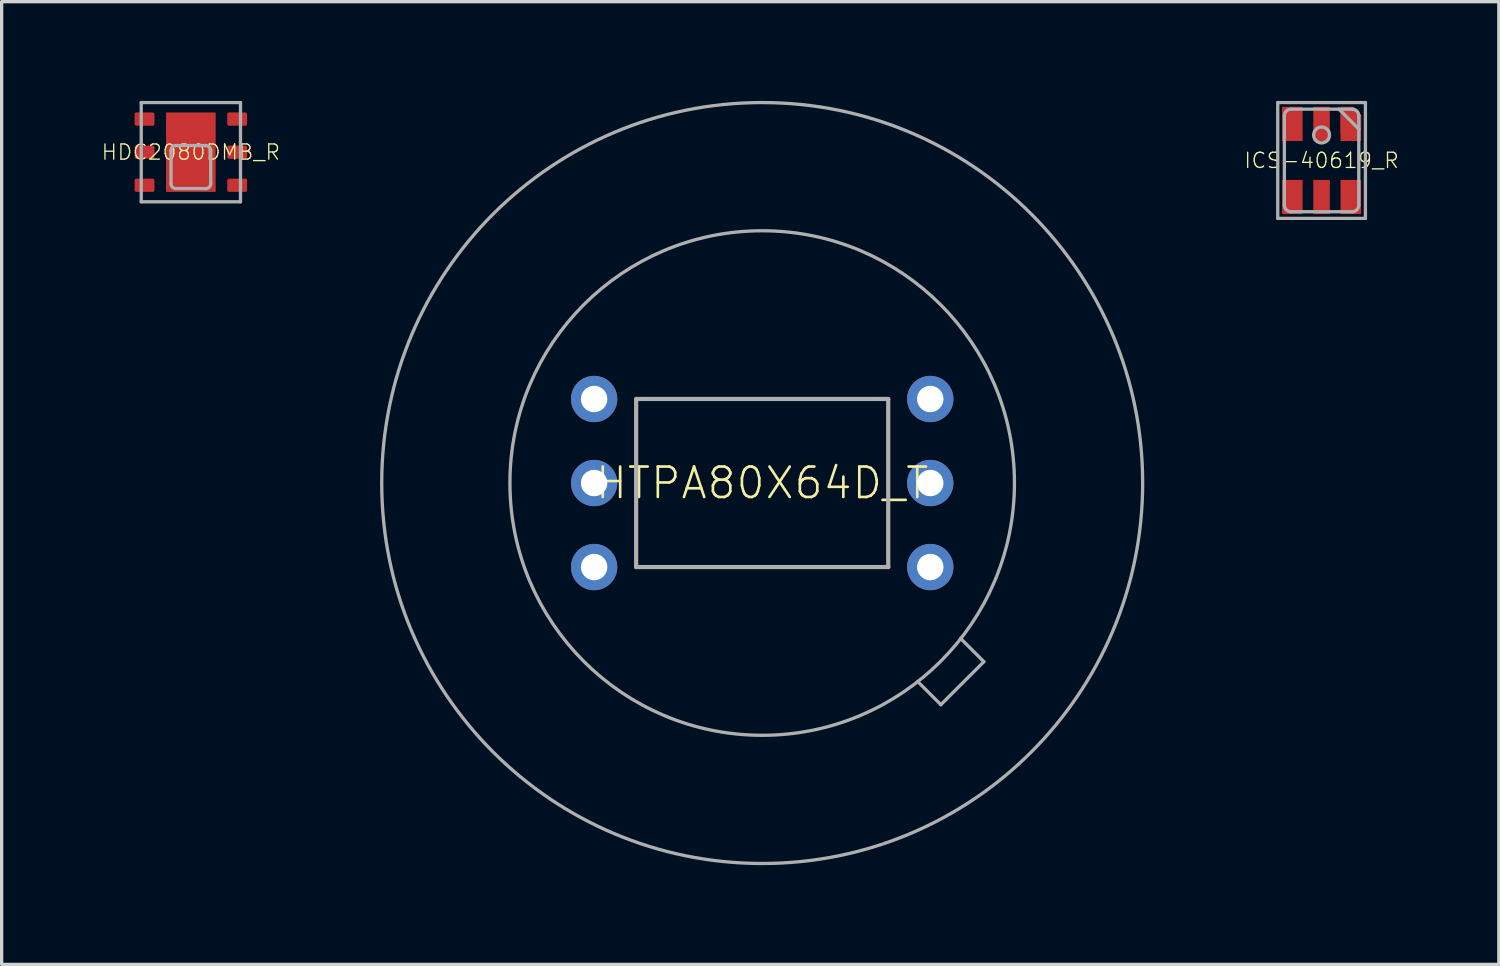
<source format=kicad_pcb>
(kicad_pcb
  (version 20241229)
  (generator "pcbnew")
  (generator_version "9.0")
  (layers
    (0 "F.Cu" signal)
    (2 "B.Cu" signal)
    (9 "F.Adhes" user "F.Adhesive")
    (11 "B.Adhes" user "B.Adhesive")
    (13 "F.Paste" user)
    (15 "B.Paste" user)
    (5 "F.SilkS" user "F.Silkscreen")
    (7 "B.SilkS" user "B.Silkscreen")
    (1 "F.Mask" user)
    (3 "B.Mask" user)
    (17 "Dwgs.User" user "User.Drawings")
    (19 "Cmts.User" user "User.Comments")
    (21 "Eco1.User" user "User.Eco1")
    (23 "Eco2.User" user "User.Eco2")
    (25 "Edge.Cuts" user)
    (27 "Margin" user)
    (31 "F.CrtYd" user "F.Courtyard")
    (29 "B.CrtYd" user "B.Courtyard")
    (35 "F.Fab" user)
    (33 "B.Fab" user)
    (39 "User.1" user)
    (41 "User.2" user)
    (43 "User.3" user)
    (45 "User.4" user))
  (footprint "ICS-40619_R"
    (layer "F.Cu")
    (at 36.896 1.8)
    (property "Reference" "ICS-40619_R" (at 0 0 0) (unlocked yes) (layer "F.SilkS") (effects (font (size 0.46 0.46) (thickness 0.04))))
    (fp_poly (pts (xy 1.195 -1.381) (xy 1.195 -0.589) (xy 0.573 -0.589) (xy 0.573 -1.621) (xy 0.955 -1.621)) (stroke (width 0) (type default)) (fill yes) (layer "F.Cu"))
    (fp_poly (pts (xy -1.245 -0.539) (xy -0.523 -0.539) (xy -0.523 -1.671) (xy -1.245 -1.671)) (stroke (width 0) (type default)) (fill yes) (layer "F.Mask"))
    (fp_poly (pts (xy -1.245 1.671) (xy -0.523 1.671) (xy -0.523 0.539) (xy -1.245 0.539)) (stroke (width 0) (type default)) (fill yes) (layer "F.Mask"))
    (fp_poly (pts (xy -0.3 -0.539) (xy 0.3 -0.539) (xy 0.3 -1.671) (xy -0.3 -1.671)) (stroke (width 0) (type default)) (fill yes) (layer "F.Mask"))
    (fp_poly (pts (xy -0.3 1.671) (xy 0.3 1.671) (xy 0.3 0.539) (xy -0.3 0.539)) (stroke (width 0) (type default)) (fill yes) (layer "F.Mask"))
    (fp_poly (pts (xy 0.523 1.671) (xy 1.245 1.671) (xy 1.245 0.539) (xy 0.523 0.539)) (stroke (width 0) (type default)) (fill yes) (layer "F.Mask"))
    (fp_poly (pts (xy 1.245 -1.402) (xy 1.245 -0.539) (xy 0.523 -0.539) (xy 0.523 -1.671) (xy 0.976 -1.671)) (stroke (width 0) (type default)) (fill yes) (layer "F.Mask"))
    (fp_poly (pts (xy -1.145 -0.639) (xy -0.623 -0.639) (xy -0.623 -1.571) (xy -1.145 -1.571)) (stroke (width 0) (type default)) (fill yes) (layer "F.Paste"))
    (fp_poly (pts (xy -1.145 1.571) (xy -0.623 1.571) (xy -0.623 0.639) (xy -1.145 0.639)) (stroke (width 0) (type default)) (fill yes) (layer "F.Paste"))
    (fp_poly (pts (xy -0.2 -0.635) (xy 0.2 -0.635) (xy 0.2 -1.567) (xy -0.2 -1.567)) (stroke (width 0) (type default)) (fill yes) (layer "F.Paste"))
    (fp_poly (pts (xy -0.2 1.571) (xy 0.2 1.571) (xy 0.2 0.639) (xy -0.2 0.639)) (stroke (width 0) (type default)) (fill yes) (layer "F.Paste"))
    (fp_poly (pts (xy 0.623 1.571) (xy 1.145 1.571) (xy 1.145 0.639) (xy 0.623 0.639)) (stroke (width 0) (type default)) (fill yes) (layer "F.Paste"))
    (fp_poly (pts (xy 1.145 -1.36) (xy 1.145 -0.639) (xy 0.623 -0.639) (xy 0.623 -1.571) (xy 0.934 -1.571)) (stroke (width 0) (type default)) (fill yes) (layer "F.Paste"))
    (fp_line (start -1.325 -1.75) (end -1.325 1.75) (stroke (width 0.1) (type solid)) (layer "F.Fab"))
    (fp_line (start -1.325 1.75) (end 1.325 1.75) (stroke (width 0.1) (type solid)) (layer "F.Fab"))
    (fp_line (start -1.125 1.35) (end -1.125 -1.35) (stroke (width 0.1) (type solid)) (layer "F.Fab"))
    (fp_line (start -0.925 1.55) (end 0.925 1.55) (stroke (width 0.1) (type solid)) (layer "F.Fab"))
    (fp_line (start 0.525 -1.55) (end -0.925 -1.55) (stroke (width 0.1) (type solid)) (layer "F.Fab"))
    (fp_line (start 0.525 -1.55) (end 1.125 -0.95) (stroke (width 0.1) (type solid)) (layer "F.Fab"))
    (fp_line (start 0.925 -1.55) (end 0.525 -1.55) (stroke (width 0.1) (type solid)) (layer "F.Fab"))
    (fp_line (start 1.125 -0.95) (end 1.125 -1.35) (stroke (width 0.1) (type solid)) (layer "F.Fab"))
    (fp_line (start 1.125 1.35) (end 1.125 -0.95) (stroke (width 0.1) (type solid)) (layer "F.Fab"))
    (fp_line (start 1.325 -1.75) (end -1.325 -1.75) (stroke (width 0.1) (type solid)) (layer "F.Fab"))
    (fp_line (start 1.325 1.75) (end 1.325 -1.75) (stroke (width 0.1) (type solid)) (layer "F.Fab"))
    (fp_arc (start -1.125 -1.35) (mid -1.066421 -1.491421) (end -0.925 -1.55) (stroke (width 0.1) (type solid)) (layer "F.Fab"))
    (fp_arc (start -0.925 1.55) (mid -1.066421 1.491421) (end -1.125 1.35) (stroke (width 0.1) (type solid)) (layer "F.Fab"))
    (fp_arc (start 0.925 -1.55) (mid 1.066421 -1.491421) (end 1.125 -1.35) (stroke (width 0.1) (type solid)) (layer "F.Fab"))
    (fp_arc (start 1.125 1.35) (mid 1.066421 1.491421) (end 0.925 1.55) (stroke (width 0.1) (type solid)) (layer "F.Fab"))
    (fp_circle (center 0 -0.77) (end 0.24 -0.77) (stroke (width 0.1) (type solid)) (fill no) (layer "F.Fab"))
    (pad "1" smd rect (at 0.884 -1.105 180) (size 0.622 0.552) (layers "F.Cu"))
    (pad "2" smd rect (at 0 -1.105 180) (size 0.5 1.032) (layers "F.Cu"))
    (pad "3" smd rect (at -0.884 -1.105 180) (size 0.622 1.032) (layers "F.Cu"))
    (pad "4" smd rect (at -0.884 1.105 180) (size 0.622 1.032) (layers "F.Cu"))
    (pad "5" smd rect (at 0 1.105 180) (size 0.5 1.032) (layers "F.Cu"))
    (pad "6" smd rect (at 0.884 1.105 180) (size 0.622 1.032) (layers "F.Cu")))
  (footprint "HTPA80X64D_T"
    (layer "F.Cu")
    (at 19.988 11.55)
    (property "Reference" "HTPA80X64D_T" (at 0 0 0) (unlocked yes) (layer "F.SilkS") (effects (font (size 0.92 0.92) (thickness 0.08))))
    (fp_line (start -3.81 -2.54) (end -3.81 2.54) (stroke (width 0.127) (type solid)) (layer "F.Fab"))
    (fp_line (start -3.81 2.54) (end 3.81 2.54) (stroke (width 0.127) (type solid)) (layer "F.Fab"))
    (fp_line (start 3.81 -2.54) (end -3.81 -2.54) (stroke (width 0.127) (type solid)) (layer "F.Fab"))
    (fp_line (start 3.81 2.54) (end 3.81 -2.54) (stroke (width 0.127) (type solid)) (layer "F.Fab"))
    (fp_line (start 4.7 6) (end 5.4 6.7) (stroke (width 0.1) (type solid)) (layer "F.Fab"))
    (fp_line (start 6 4.7) (end 6.7 5.4) (stroke (width 0.1) (type solid)) (layer "F.Fab"))
    (fp_line (start 6.7 5.4) (end 5.4 6.7) (stroke (width 0.1) (type solid)) (layer "F.Fab"))
    (fp_circle (center 0 0) (end 7.625 0) (stroke (width 0.1) (type solid)) (fill no) (layer "F.Fab"))
    (fp_circle (center 0 0) (end 11.5 0) (stroke (width 0.1) (type solid)) (fill no) (layer "F.Fab"))
    (pad "1" thru_hole circle (at -5.08 -2.54) (size 1.4 1.4) (drill 0.8) (layers "*.Cu" "*.Mask"))
    (pad "2" thru_hole circle (at -5.08 0) (size 1.4 1.4) (drill 0.8) (layers "*.Cu" "*.Mask"))
    (pad "3" thru_hole circle (at -5.08 2.54) (size 1.4 1.4) (drill 0.8) (layers "*.Cu" "*.Mask"))
    (pad "4" thru_hole circle (at 5.08 2.54) (size 1.4 1.4) (drill 0.8) (layers "*.Cu" "*.Mask"))
    (pad "5" thru_hole circle (at 5.08 0) (size 1.4 1.4) (drill 0.8) (layers "*.Cu" "*.Mask"))
    (pad "6" thru_hole circle (at 5.08 -2.54) (size 1.4 1.4) (drill 0.8) (layers "*.Cu" "*.Mask")))
  (footprint "HDC2080DMB_R"
    (layer "F.Cu")
    (at 2.719 1.55)
    (property "Reference" "HDC2080DMB_R" (at 0 0 0) (unlocked yes) (layer "F.SilkS") (effects (font (size 0.46 0.46) (thickness 0.04))))
    (fp_poly (pts (xy 0.75 1.2) (xy -0.75 1.2) (xy -0.75 -1.2) (xy 0.75 -1.2)) (stroke (width 0) (type default)) (fill yes) (layer "F.Cu"))
    (fp_poly (pts (xy -1.05 -0.75) (xy -1.75 -0.75) (xy -1.75 -1.25) (xy -1.05 -1.25)) (stroke (width 0) (type default)) (fill yes) (layer "F.Mask"))
    (fp_poly (pts (xy -1.05 0.25) (xy -1.75 0.25) (xy -1.75 -0.25) (xy -1.05 -0.25)) (stroke (width 0) (type default)) (fill yes) (layer "F.Mask"))
    (fp_poly (pts (xy -1.05 1.25) (xy -1.75 1.25) (xy -1.75 0.75) (xy -1.05 0.75)) (stroke (width 0) (type default)) (fill yes) (layer "F.Mask"))
    (fp_poly (pts (xy 0.8 1.25) (xy -0.8 1.25) (xy -0.8 -1.25) (xy 0.8 -1.25)) (stroke (width 0) (type default)) (fill yes) (layer "F.Mask"))
    (fp_poly (pts (xy 1.75 -0.75) (xy 1.05 -0.75) (xy 1.05 -1.25) (xy 1.75 -1.25)) (stroke (width 0) (type default)) (fill yes) (layer "F.Mask"))
    (fp_poly (pts (xy 1.75 0.25) (xy 1.05 0.25) (xy 1.05 -0.25) (xy 1.75 -0.25)) (stroke (width 0) (type default)) (fill yes) (layer "F.Mask"))
    (fp_poly (pts (xy 1.75 1.25) (xy 1.05 1.25) (xy 1.05 0.75) (xy 1.75 0.75)) (stroke (width 0) (type default)) (fill yes) (layer "F.Mask"))
    (fp_poly (pts (xy 0.69 -0.1) (xy -0.69 -0.1) (xy -0.69 -1.16) (xy 0.69 -1.16)) (stroke (width 0) (type default)) (fill yes) (layer "F.Paste"))
    (fp_poly (pts (xy 0.69 1.16) (xy -0.69 1.16) (xy -0.69 0.1) (xy 0.69 0.1)) (stroke (width 0) (type default)) (fill yes) (layer "F.Paste"))
    (fp_line (start -1.5 -1.5) (end 1.5 -1.5) (stroke (width 0.1) (type solid)) (layer "F.Fab"))
    (fp_line (start -1.5 1.5) (end -1.5 -1.5) (stroke (width 0.1) (type solid)) (layer "F.Fab"))
    (fp_line (start -0.6 0.95) (end -0.6 -0.05) (stroke (width 0.1) (type solid)) (layer "F.Fab"))
    (fp_line (start -0.45 -0.2) (end 0.45 -0.2) (stroke (width 0.1) (type solid)) (layer "F.Fab"))
    (fp_line (start 0.45 1.1) (end -0.45 1.1) (stroke (width 0.1) (type solid)) (layer "F.Fab"))
    (fp_line (start 0.6 -0.05) (end 0.6 0.95) (stroke (width 0.1) (type solid)) (layer "F.Fab"))
    (fp_line (start 1.5 -1.5) (end 1.5 1.5) (stroke (width 0.1) (type solid)) (layer "F.Fab"))
    (fp_line (start 1.5 1.5) (end -1.5 1.5) (stroke (width 0.1) (type solid)) (layer "F.Fab"))
    (fp_arc (start -0.6 -0.05) (mid -0.556065 -0.156066) (end -0.449999 -0.199999) (stroke (width 0.1) (type solid)) (layer "F.Fab"))
    (fp_arc (start -0.45 1.1) (mid -0.556066 1.056066) (end -0.6 0.95) (stroke (width 0.1) (type solid)) (layer "F.Fab"))
    (fp_arc (start 0.45 -0.2) (mid 0.556067 -0.156066) (end 0.600001 -0.049999) (stroke (width 0.1) (type solid)) (layer "F.Fab"))
    (fp_arc (start 0.6 0.95) (mid 0.556066 1.056066) (end 0.45 1.1) (stroke (width 0.1) (type solid)) (layer "F.Fab"))
    (pad "1" smd roundrect (at -1.4 -1) (size 0.6 0.4) (layers "F.Cu" "F.Paste") (roundrect_rratio 0.125))
    (pad "2" smd roundrect (at -1.4 0) (size 0.6 0.4) (layers "F.Cu" "F.Paste") (roundrect_rratio 0.125))
    (pad "3" smd roundrect (at -1.4 1) (size 0.6 0.4) (layers "F.Cu" "F.Paste") (roundrect_rratio 0.125))
    (pad "4" smd roundrect (at 1.4 1) (size 0.6 0.4) (layers "F.Cu" "F.Paste") (roundrect_rratio 0.125))
    (pad "5" smd roundrect (at 1.4 0) (size 0.6 0.4) (layers "F.Cu" "F.Paste") (roundrect_rratio 0.125))
    (pad "6" smd roundrect (at 1.4 -1) (size 0.6 0.4) (layers "F.Cu" "F.Paste") (roundrect_rratio 0.125)))
  (gr_rect
    (start -3 -3)
    (end 42.254 26.1)
    (stroke (width 0.1) (type default))
    (fill no)
    (layer "Edge.Cuts")))
</source>
